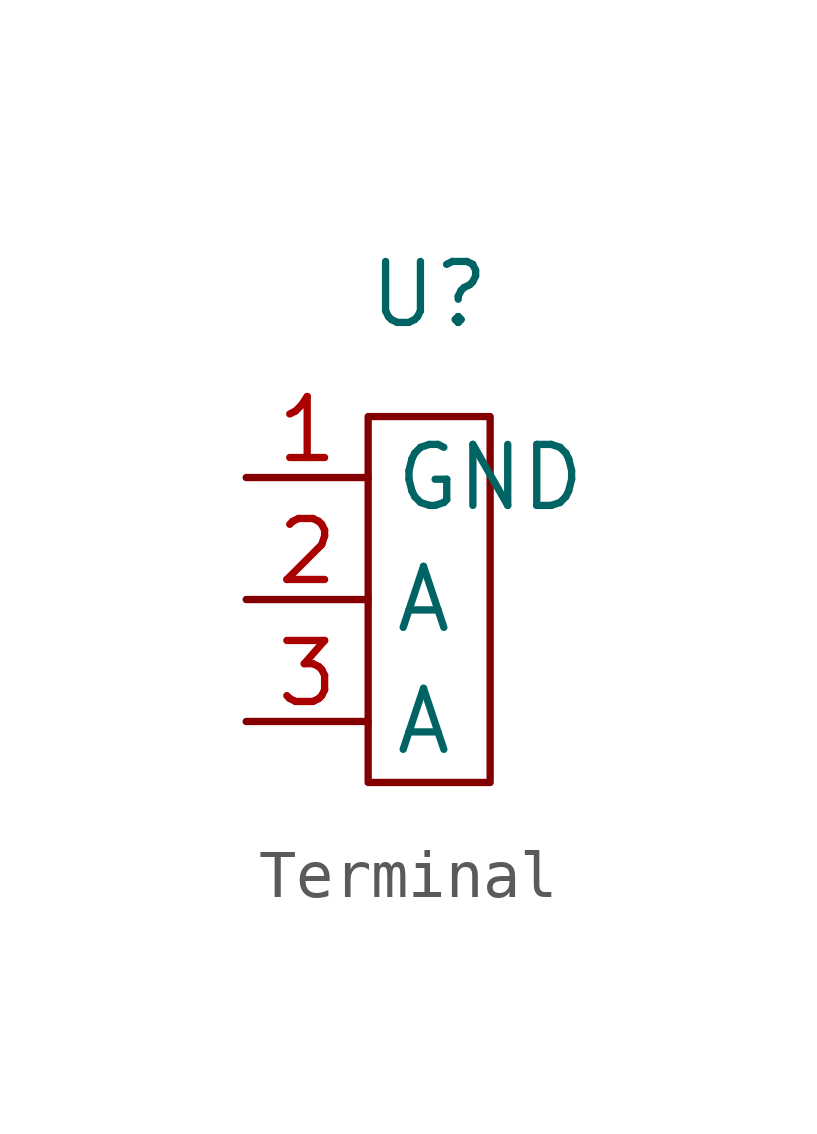
<source format=kicad_sym>
(kicad_symbol_lib
  (version 20220914)
  (generator kicad_symbol_editor)
  (symbol "Terminal"
    (property "Reference" "U"
      (at 0 6.35 0)
      (effects (font (size 1.27 1.27))))
    (property "Value" ""
      (at 0 0 0)
      (effects (font (size 1.27 1.27))))
    (symbol "Terminal_0_1"
      (rectangle (start -1.27 3.81) (end 1.27 -3.81) (stroke (width 0) (type default)) (fill (type none))))
    (symbol "Terminal_1_1"
      (pin input line (at -3.81 2.54 0) (length 2.54) (name "GND" (effects (font (size 1.27 1.27)))) (number "1" (effects (font (size 1.27 1.27)))))
      (pin input line (at -3.81 0 0) (length 2.54) (name "A" (effects (font (size 1.27 1.27)))) (number "2" (effects (font (size 1.27 1.27)))))
      (pin input line (at -3.81 -2.54 0) (length 2.54) (name "A" (effects (font (size 1.27 1.27)))) (number "3" (effects (font (size 1.27 1.27))))))))
</source>
